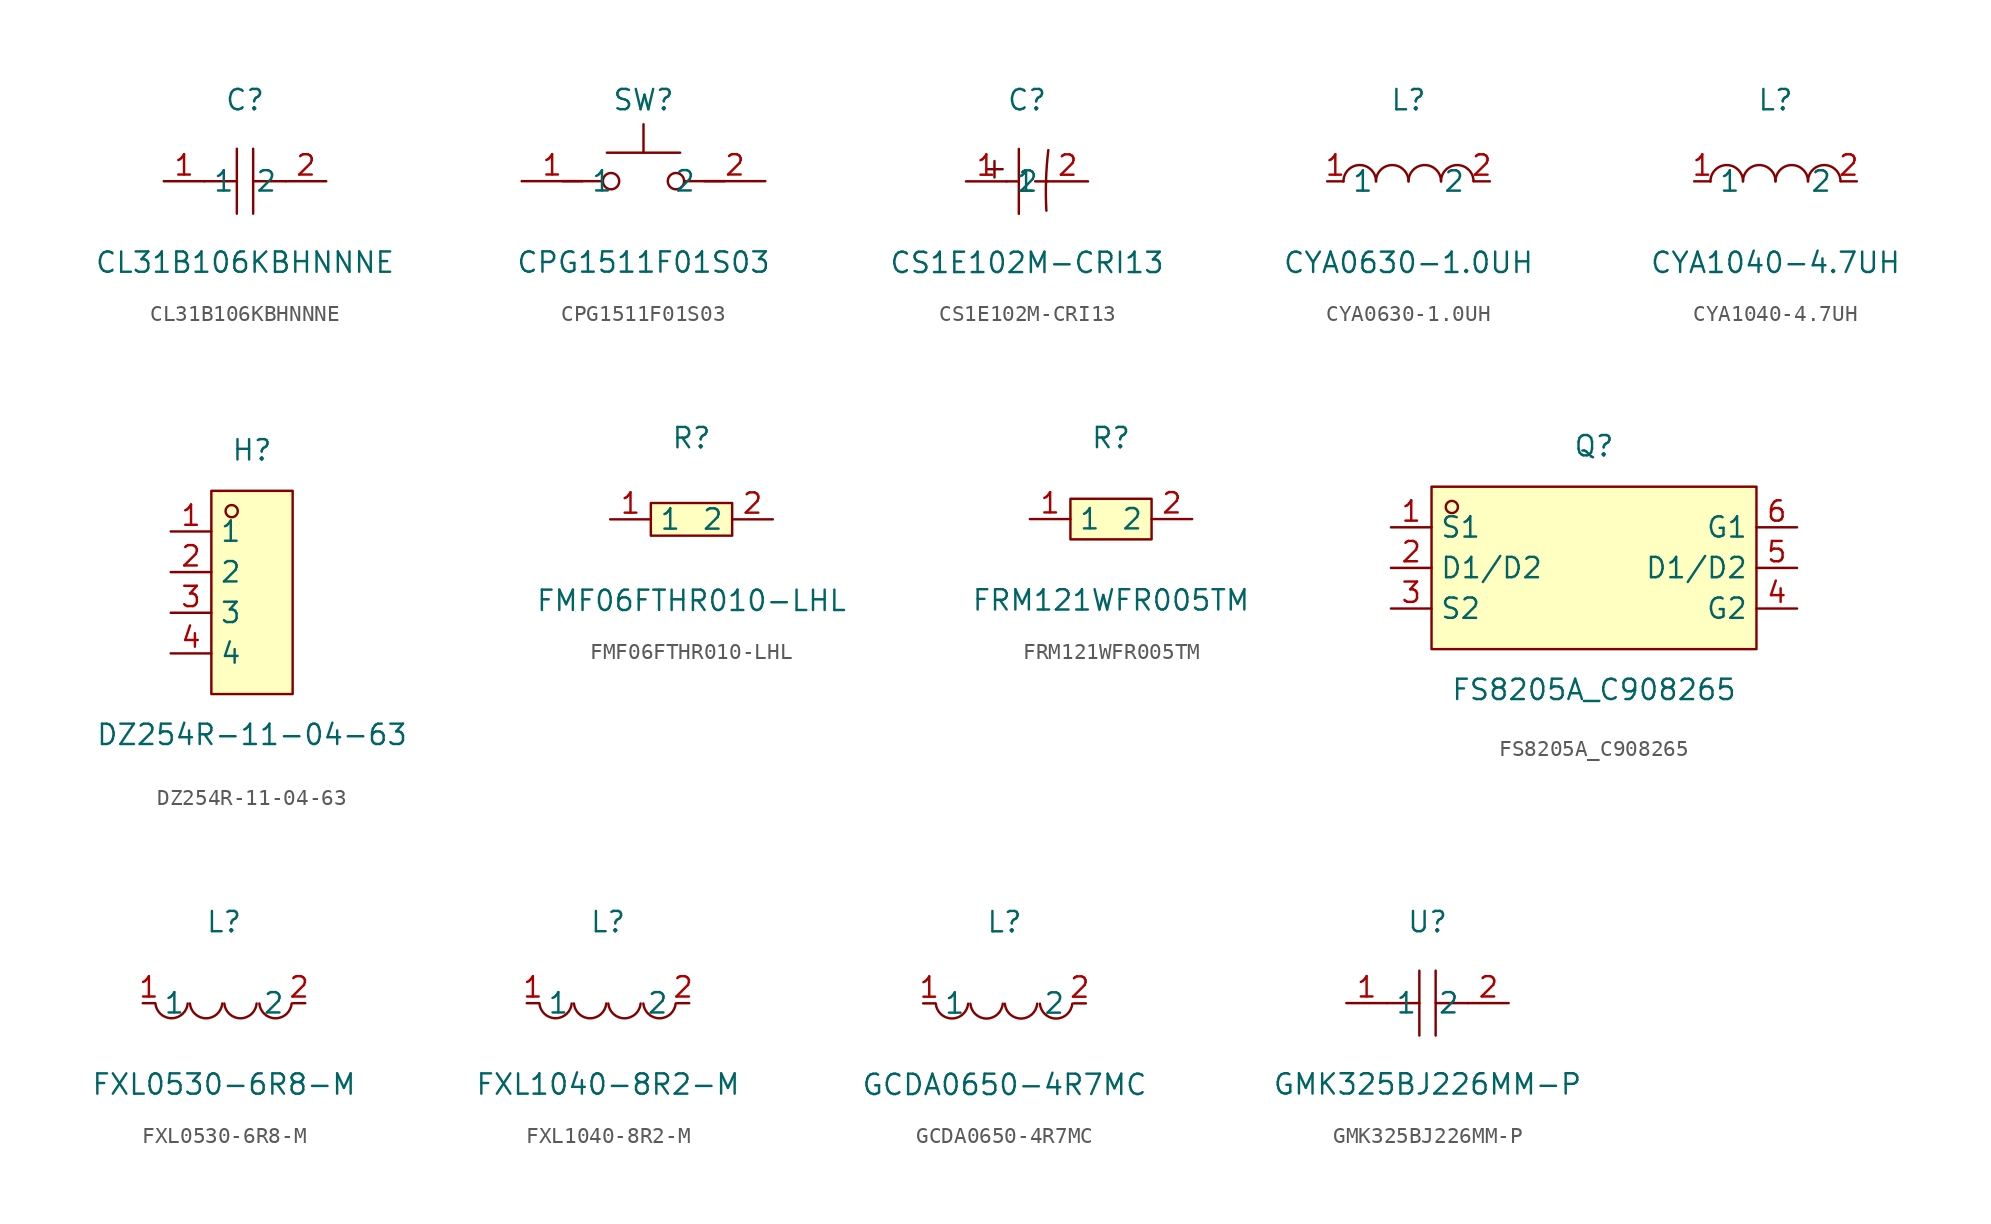
<source format=kicad_sym>
(kicad_symbol_lib
  (version 20211014)
  (generator https://github.com/uPesy/easyeda2kicad.py)
  (symbol "CL31B106KBHNNNE"
    (property "Reference" "C"
      (at 0 5.08 0)
      (effects (font (size 1.27 1.27))))
    (property "Value" "CL31B106KBHNNNE"
      (at 0 -5.08 0)
      (effects (font (size 1.27 1.27))))
    (symbol "CL31B106KBHNNNE_0_1"
      (polyline (pts (xy -0.51 -2.03) (xy -0.51 2.03)) (stroke (width 0) (type default) (color 0 0 0 0)) (fill (type none)))
      (polyline (pts (xy 2.54 -0.00) (xy 0.51 -0.00)) (stroke (width 0) (type default) (color 0 0 0 0)) (fill (type none)))
      (polyline (pts (xy 0.51 2.03) (xy 0.51 -2.03)) (stroke (width 0) (type default) (color 0 0 0 0)) (fill (type none)))
      (polyline (pts (xy -0.51 -0.00) (xy -2.54 -0.00)) (stroke (width 0) (type default) (color 0 0 0 0)) (fill (type none)))
      (pin unspecified line (at -5.08 -0.00 0) (length 2.54) (name "1" (effects (font (size 1.27 1.27)))) (number "1" (effects (font (size 1.27 1.27)))))
      (pin unspecified line (at 5.08 -0.00 180) (length 2.54) (name "2" (effects (font (size 1.27 1.27)))) (number "2" (effects (font (size 1.27 1.27)))))))
  (symbol "CPG1511F01S03"
    (property "Reference" "SW"
      (at 0 2.54 0)
      (effects (font (size 1.27 1.27))))
    (property "Value" "CPG1511F01S03"
      (at 0 -7.62 0)
      (effects (font (size 1.27 1.27))))
    (symbol "CPG1511F01S03_0_1"
      (circle (center 2.03 -2.54) (radius 0.51) (stroke (width 0) (type default) (color 0 0 0 0)) (fill (type none)))
      (circle (center -2.03 -2.54) (radius 0.51) (stroke (width 0) (type default) (color 0 0 0 0)) (fill (type none)))
      (polyline (pts (xy 0.00 -0.76) (xy 0.00 1.02)) (stroke (width 0) (type default) (color 0 0 0 0)) (fill (type none)))
      (polyline (pts (xy -2.29 -0.76) (xy 2.29 -0.76)) (stroke (width 0) (type default) (color 0 0 0 0)) (fill (type none)))
      (polyline (pts (xy 5.08 -2.54) (xy 2.54 -2.54)) (stroke (width 0) (type default) (color 0 0 0 0)) (fill (type none)))
      (polyline (pts (xy -5.08 -2.54) (xy -2.54 -2.54)) (stroke (width 0) (type default) (color 0 0 0 0)) (fill (type none)))
      (pin unspecified line (at -7.62 -2.54 0) (length 3.81) (name "1" (effects (font (size 1.27 1.27)))) (number "1" (effects (font (size 1.27 1.27)))))
      (pin unspecified line (at 7.62 -2.54 180) (length 3.81) (name "2" (effects (font (size 1.27 1.27)))) (number "2" (effects (font (size 1.27 1.27)))))))
  (symbol "CS1E102M-CRI13"
    (property "Reference" "C"
      (at 0 5.08 0)
      (effects (font (size 1.27 1.27))))
    (property "Value" "CS1E102M-CRI13"
      (at 0 -5.08 0)
      (effects (font (size 1.27 1.27))))
    (symbol "CS1E102M-CRI13_0_1"
      (arc (start 1.33 1.95) (mid 1.22 -2.00) (end 1.21 -1.83) (stroke (width 0) (type default) (color 0 0 0 0)) (fill (type none)))
      (polyline (pts (xy -0.51 2.03) (xy -0.51 -2.03)) (stroke (width 0) (type default) (color 0 0 0 0)) (fill (type none)))
      (polyline (pts (xy -1.27 -0.00) (xy -0.51 -0.00)) (stroke (width 0) (type default) (color 0 0 0 0)) (fill (type none)))
      (polyline (pts (xy 0.51 -0.00) (xy 1.27 -0.00)) (stroke (width 0) (type default) (color 0 0 0 0)) (fill (type none)))
      (polyline (pts (xy -2.54 0.76) (xy -1.52 0.76)) (stroke (width 0) (type default) (color 0 0 0 0)) (fill (type none)))
      (polyline (pts (xy -2.03 1.27) (xy -2.03 0.25)) (stroke (width 0) (type default) (color 0 0 0 0)) (fill (type none)))
      (pin input line (at -3.81 -0.00 0) (length 2.54) (name "1" (effects (font (size 1.27 1.27)))) (number "1" (effects (font (size 1.27 1.27)))))
      (pin input line (at 3.81 -0.00 180) (length 2.54) (name "2" (effects (font (size 1.27 1.27)))) (number "2" (effects (font (size 1.27 1.27)))))))
  (symbol "CYA0630-1.0UH"
    (property "Reference" "L"
      (at 0 5.08 0)
      (effects (font (size 1.27 1.27))))
    (property "Value" "CYA0630-1.0UH"
      (at 0 -5.08 0)
      (effects (font (size 1.27 1.27))))
    (symbol "CYA0630-1.0UH_0_1"
      (arc (start -4.06 -0.01) (mid -2.83 0.99) (end -2.03 0.01) (stroke (width 0) (type default) (color 0 0 0 0)) (fill (type none)))
      (arc (start -2.03 -0.01) (mid -0.80 0.99) (end 0.00 0.01) (stroke (width 0) (type default) (color 0 0 0 0)) (fill (type none)))
      (arc (start 2.03 -0.01) (mid 3.26 0.99) (end 4.06 0.01) (stroke (width 0) (type default) (color 0 0 0 0)) (fill (type none)))
      (arc (start 0.00 -0.01) (mid 1.23 0.99) (end 2.03 0.01) (stroke (width 0) (type default) (color 0 0 0 0)) (fill (type none)))
      (pin unspecified line (at 5.08 -0.00 180) (length 1.016) (name "2" (effects (font (size 1.27 1.27)))) (number "2" (effects (font (size 1.27 1.27)))))
      (pin unspecified line (at -5.08 -0.00 0) (length 1.016) (name "1" (effects (font (size 1.27 1.27)))) (number "1" (effects (font (size 1.27 1.27)))))))
  (symbol "CYA1040-4.7UH"
    (property "Reference" "L"
      (at 0 5.08 0)
      (effects (font (size 1.27 1.27))))
    (property "Value" "CYA1040-4.7UH"
      (at 0 -5.08 0)
      (effects (font (size 1.27 1.27))))
    (symbol "CYA1040-4.7UH_0_1"
      (arc (start -4.06 -0.01) (mid -2.83 0.99) (end -2.03 0.01) (stroke (width 0) (type default) (color 0 0 0 0)) (fill (type none)))
      (arc (start -2.03 -0.01) (mid -0.80 0.99) (end 0.00 0.01) (stroke (width 0) (type default) (color 0 0 0 0)) (fill (type none)))
      (arc (start 2.03 -0.01) (mid 3.26 0.99) (end 4.06 0.01) (stroke (width 0) (type default) (color 0 0 0 0)) (fill (type none)))
      (arc (start 0.00 -0.01) (mid 1.23 0.99) (end 2.03 0.01) (stroke (width 0) (type default) (color 0 0 0 0)) (fill (type none)))
      (pin unspecified line (at 5.08 -0.00 180) (length 1.016) (name "2" (effects (font (size 1.27 1.27)))) (number "2" (effects (font (size 1.27 1.27)))))
      (pin unspecified line (at -5.08 -0.00 0) (length 1.016) (name "1" (effects (font (size 1.27 1.27)))) (number "1" (effects (font (size 1.27 1.27)))))))
  (symbol "DZ254R-11-04-63"
    (property "Reference" "H"
      (at 0 8.89 0)
      (effects (font (size 1.27 1.27))))
    (property "Value" "DZ254R-11-04-63"
      (at 0 -8.89 0)
      (effects (font (size 1.27 1.27))))
    (symbol "DZ254R-11-04-63_0_1"
      (rectangle (start -2.54 6.35) (end 2.54 -6.35) (stroke (width 0) (type default) (color 0 0 0 0)) (fill (type background)))
      (circle (center -1.27 5.08) (radius 0.38) (stroke (width 0) (type default) (color 0 0 0 0)) (fill (type none)))
      (pin unspecified line (at -5.08 3.81 0) (length 2.54) (name "1" (effects (font (size 1.27 1.27)))) (number "1" (effects (font (size 1.27 1.27)))))
      (pin unspecified line (at -5.08 1.27 0) (length 2.54) (name "2" (effects (font (size 1.27 1.27)))) (number "2" (effects (font (size 1.27 1.27)))))
      (pin unspecified line (at -5.08 -1.27 0) (length 2.54) (name "3" (effects (font (size 1.27 1.27)))) (number "3" (effects (font (size 1.27 1.27)))))
      (pin unspecified line (at -5.08 -3.81 0) (length 2.54) (name "4" (effects (font (size 1.27 1.27)))) (number "4" (effects (font (size 1.27 1.27)))))))
  (symbol "FMF06FTHR010-LHL"
    (property "Reference" "R"
      (at 0 5.08 0)
      (effects (font (size 1.27 1.27))))
    (property "Value" "FMF06FTHR010-LHL"
      (at 0 -5.08 0)
      (effects (font (size 1.27 1.27))))
    (symbol "FMF06FTHR010-LHL_0_1"
      (rectangle (start -2.54 1.02) (end 2.54 -1.02) (stroke (width 0) (type default) (color 0 0 0 0)) (fill (type background)))
      (pin input line (at 5.08 -0.00 180) (length 2.54) (name "2" (effects (font (size 1.27 1.27)))) (number "2" (effects (font (size 1.27 1.27)))))
      (pin input line (at -5.08 -0.00 0) (length 2.54) (name "1" (effects (font (size 1.27 1.27)))) (number "1" (effects (font (size 1.27 1.27)))))))
  (symbol "FRM121WFR005TM"
    (property "Reference" "R"
      (at 0 5.08 0)
      (effects (font (size 1.27 1.27))))
    (property "Value" "FRM121WFR005TM"
      (at 0 -5.08 0)
      (effects (font (size 1.27 1.27))))
    (symbol "FRM121WFR005TM_0_1"
      (rectangle (start -2.54 1.27) (end 2.54 -1.27) (stroke (width 0) (type default) (color 0 0 0 0)) (fill (type background)))
      (pin unspecified line (at 5.08 -0.00 180) (length 2.54) (name "2" (effects (font (size 1.27 1.27)))) (number "2" (effects (font (size 1.27 1.27)))))
      (pin unspecified line (at -5.08 -0.00 0) (length 2.54) (name "1" (effects (font (size 1.27 1.27)))) (number "1" (effects (font (size 1.27 1.27)))))))
  (symbol "FS8205A_C908265"
    (property "Reference" "Q"
      (at 0 7.62 0)
      (effects (font (size 1.27 1.27))))
    (property "Value" "FS8205A_C908265"
      (at 0 -7.62 0)
      (effects (font (size 1.27 1.27))))
    (symbol "FS8205A_C908265_0_1"
      (rectangle (start -10.16 5.08) (end 10.16 -5.08) (stroke (width 0) (type default) (color 0 0 0 0)) (fill (type background)))
      (circle (center -8.89 3.81) (radius 0.38) (stroke (width 0) (type default) (color 0 0 0 0)) (fill (type none)))
      (pin unspecified line (at -12.70 2.54 0) (length 2.54) (name "S1" (effects (font (size 1.27 1.27)))) (number "1" (effects (font (size 1.27 1.27)))))
      (pin unspecified line (at -12.70 -0.00 0) (length 2.54) (name "D1/D2" (effects (font (size 1.27 1.27)))) (number "2" (effects (font (size 1.27 1.27)))))
      (pin unspecified line (at -12.70 -2.54 0) (length 2.54) (name "S2" (effects (font (size 1.27 1.27)))) (number "3" (effects (font (size 1.27 1.27)))))
      (pin unspecified line (at 12.70 -2.54 180) (length 2.54) (name "G2" (effects (font (size 1.27 1.27)))) (number "4" (effects (font (size 1.27 1.27)))))
      (pin unspecified line (at 12.70 -0.00 180) (length 2.54) (name "D1/D2" (effects (font (size 1.27 1.27)))) (number "5" (effects (font (size 1.27 1.27)))))
      (pin unspecified line (at 12.70 2.54 180) (length 2.54) (name "G1" (effects (font (size 1.27 1.27)))) (number "6" (effects (font (size 1.27 1.27)))))))
  (symbol "FXL0530-6R8-M"
    (property "Reference" "L"
      (at 0 5.08 0)
      (effects (font (size 1.27 1.27))))
    (property "Value" "FXL0530-6R8-M"
      (at 0 -5.08 0)
      (effects (font (size 1.27 1.27))))
    (symbol "FXL0530-6R8-M_0_1"
      (arc (start -4.29 -0.02) (mid -2.81 -1.01) (end -2.27 -0.02) (stroke (width 0) (type default) (color 0 0 0 0)) (fill (type none)))
      (arc (start -2.13 -0.02) (mid -0.66 -1.01) (end -0.11 -0.02) (stroke (width 0) (type default) (color 0 0 0 0)) (fill (type none)))
      (arc (start 0.02 -0.02) (mid 1.49 -1.01) (end 2.04 -0.02) (stroke (width 0) (type default) (color 0 0 0 0)) (fill (type none)))
      (arc (start 2.21 -0.02) (mid 3.68 -1.01) (end 4.23 -0.02) (stroke (width 0) (type default) (color 0 0 0 0)) (fill (type none)))
      (pin unspecified line (at 5.08 -0.00 180) (length 0.762) (name "2" (effects (font (size 1.27 1.27)))) (number "2" (effects (font (size 1.27 1.27)))))
      (pin unspecified line (at -5.08 -0.00 0) (length 0.762) (name "1" (effects (font (size 1.27 1.27)))) (number "1" (effects (font (size 1.27 1.27)))))))
  (symbol "FXL1040-8R2-M"
    (property "Reference" "L"
      (at 0 5.08 0)
      (effects (font (size 1.27 1.27))))
    (property "Value" "FXL1040-8R2-M"
      (at 0 -5.08 0)
      (effects (font (size 1.27 1.27))))
    (symbol "FXL1040-8R2-M_0_1"
      (arc (start -4.29 -0.02) (mid -2.81 -1.01) (end -2.27 -0.02) (stroke (width 0) (type default) (color 0 0 0 0)) (fill (type none)))
      (arc (start -2.13 -0.02) (mid -0.66 -1.01) (end -0.11 -0.02) (stroke (width 0) (type default) (color 0 0 0 0)) (fill (type none)))
      (arc (start 0.02 -0.02) (mid 1.49 -1.01) (end 2.04 -0.02) (stroke (width 0) (type default) (color 0 0 0 0)) (fill (type none)))
      (arc (start 2.21 -0.02) (mid 3.68 -1.01) (end 4.23 -0.02) (stroke (width 0) (type default) (color 0 0 0 0)) (fill (type none)))
      (pin unspecified line (at 5.08 -0.00 180) (length 0.762) (name "2" (effects (font (size 1.27 1.27)))) (number "2" (effects (font (size 1.27 1.27)))))
      (pin unspecified line (at -5.08 -0.00 0) (length 0.762) (name "1" (effects (font (size 1.27 1.27)))) (number "1" (effects (font (size 1.27 1.27)))))))
  (symbol "GCDA0650-4R7MC"
    (property "Reference" "L"
      (at 0 5.08 0)
      (effects (font (size 1.27 1.27))))
    (property "Value" "GCDA0650-4R7MC"
      (at 0 -5.08 0)
      (effects (font (size 1.27 1.27))))
    (symbol "GCDA0650-4R7MC_0_1"
      (arc (start 2.21 -0.02) (mid 3.68 -1.01) (end 4.23 -0.02) (stroke (width 0) (type default) (color 0 0 0 0)) (fill (type none)))
      (arc (start 0.02 -0.02) (mid 1.49 -1.01) (end 2.04 -0.02) (stroke (width 0) (type default) (color 0 0 0 0)) (fill (type none)))
      (arc (start -2.13 -0.02) (mid -0.66 -1.01) (end -0.11 -0.02) (stroke (width 0) (type default) (color 0 0 0 0)) (fill (type none)))
      (arc (start -4.29 -0.02) (mid -2.81 -1.01) (end -2.27 -0.02) (stroke (width 0) (type default) (color 0 0 0 0)) (fill (type none)))
      (pin unspecified line (at -5.08 -0.00 0) (length 0.762) (name "1" (effects (font (size 1.27 1.27)))) (number "1" (effects (font (size 1.27 1.27)))))
      (pin unspecified line (at 5.08 -0.00 180) (length 0.762) (name "2" (effects (font (size 1.27 1.27)))) (number "2" (effects (font (size 1.27 1.27)))))))
  (symbol "GMK325BJ226MM-P"
    (property "Reference" "U"
      (at 0 5.08 0)
      (effects (font (size 1.27 1.27))))
    (property "Value" "GMK325BJ226MM-P"
      (at 0 -5.08 0)
      (effects (font (size 1.27 1.27))))
    (symbol "GMK325BJ226MM-P_0_1"
      (polyline (pts (xy -0.51 -2.03) (xy -0.51 2.03)) (stroke (width 0) (type default) (color 0 0 0 0)) (fill (type none)))
      (polyline (pts (xy 2.54 -0.00) (xy 0.51 -0.00)) (stroke (width 0) (type default) (color 0 0 0 0)) (fill (type none)))
      (polyline (pts (xy 0.51 2.03) (xy 0.51 -2.03)) (stroke (width 0) (type default) (color 0 0 0 0)) (fill (type none)))
      (polyline (pts (xy -0.51 -0.00) (xy -2.54 -0.00)) (stroke (width 0) (type default) (color 0 0 0 0)) (fill (type none)))
      (pin unspecified line (at -5.08 -0.00 0) (length 2.54) (name "1" (effects (font (size 1.27 1.27)))) (number "1" (effects (font (size 1.27 1.27)))))
      (pin unspecified line (at 5.08 -0.00 180) (length 2.54) (name "2" (effects (font (size 1.27 1.27)))) (number "2" (effects (font (size 1.27 1.27))))))))
</source>
